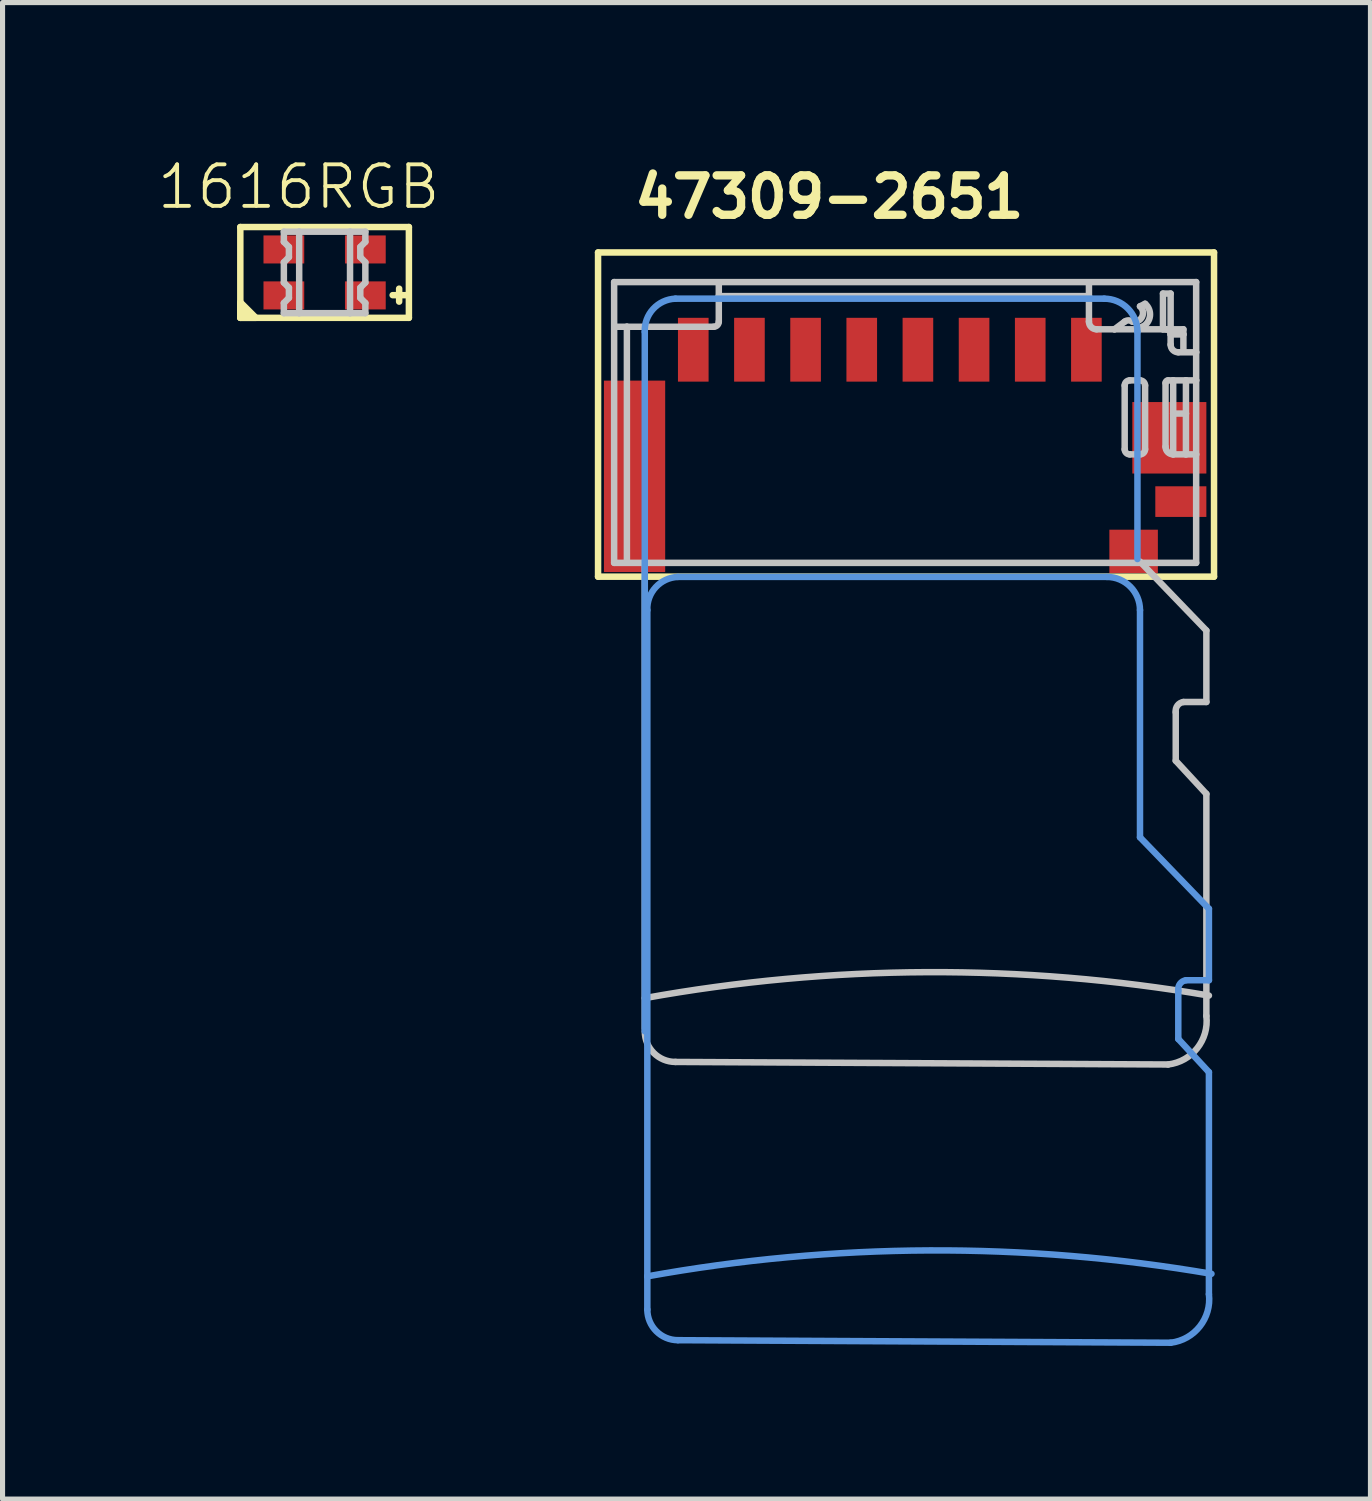
<source format=kicad_pcb>
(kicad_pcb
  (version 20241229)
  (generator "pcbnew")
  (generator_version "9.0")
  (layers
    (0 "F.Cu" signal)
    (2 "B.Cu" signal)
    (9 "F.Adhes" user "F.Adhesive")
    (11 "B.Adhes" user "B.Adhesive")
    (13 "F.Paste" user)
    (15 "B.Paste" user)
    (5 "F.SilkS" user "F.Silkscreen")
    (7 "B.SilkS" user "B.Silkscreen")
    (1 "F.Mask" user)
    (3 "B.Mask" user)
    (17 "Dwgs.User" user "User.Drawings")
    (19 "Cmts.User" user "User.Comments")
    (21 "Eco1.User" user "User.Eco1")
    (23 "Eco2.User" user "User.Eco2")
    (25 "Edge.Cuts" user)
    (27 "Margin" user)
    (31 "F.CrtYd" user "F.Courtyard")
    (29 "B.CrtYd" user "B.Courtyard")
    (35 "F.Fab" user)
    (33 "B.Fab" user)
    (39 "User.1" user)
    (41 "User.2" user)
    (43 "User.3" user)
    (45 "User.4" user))
  (footprint "1616RGB"
    (layer "F.Cu")
    (at 3.308 2.286)
    (property "Reference" "1616RGB" (at -0.508 -1.676 0) (layer "F.SilkS") (effects (font (size 0.813 0.813) (thickness 0.076))))
    (attr smd)
    (fp_line (start -1.651 0.889) (end -1.651 -0.889) (stroke (width 0.127) (type solid)) (layer "F.SilkS"))
    (fp_line (start -1.651 0.889) (end 1.651 0.889) (stroke (width 0.127) (type solid)) (layer "F.SilkS"))
    (fp_line (start 1.333 0.445) (end 1.587 0.445) (stroke (width 0.127) (type solid)) (layer "F.SilkS"))
    (fp_line (start 1.46 0.318) (end 1.46 0.572) (stroke (width 0.127) (type solid)) (layer "F.SilkS"))
    (fp_line (start 1.651 -0.889) (end -1.651 -0.889) (stroke (width 0.127) (type solid)) (layer "F.SilkS"))
    (fp_line (start 1.651 0.889) (end 1.651 -0.889) (stroke (width 0.127) (type solid)) (layer "F.SilkS"))
    (fp_poly (pts (xy -1.651 0.889) (xy -1.346 0.889) (xy -1.651 0.584) (xy -1.651 0.889)) (stroke (width 0.127) (type solid)) (fill yes) (layer "F.SilkS"))
    (fp_line (start -0.798 -0.798) (end -0.498 -0.798) (stroke (width 0.127) (type solid)) (layer "Dwgs.User"))
    (fp_line (start -0.798 -0.599) (end -0.798 -0.798) (stroke (width 0.127) (type solid)) (layer "Dwgs.User"))
    (fp_line (start -0.798 -0.198) (end -0.699 -0.3) (stroke (width 0.127) (type solid)) (layer "Dwgs.User"))
    (fp_line (start -0.798 0.198) (end -0.798 -0.198) (stroke (width 0.127) (type solid)) (layer "Dwgs.User"))
    (fp_line (start -0.798 0.599) (end -0.699 0.498) (stroke (width 0.127) (type solid)) (layer "Dwgs.User"))
    (fp_line (start -0.798 0.798) (end -0.798 0.599) (stroke (width 0.127) (type solid)) (layer "Dwgs.User"))
    (fp_line (start -0.699 -0.498) (end -0.798 -0.599) (stroke (width 0.127) (type solid)) (layer "Dwgs.User"))
    (fp_line (start -0.699 -0.3) (end -0.699 -0.498) (stroke (width 0.127) (type solid)) (layer "Dwgs.User"))
    (fp_line (start -0.699 0.3) (end -0.798 0.198) (stroke (width 0.127) (type solid)) (layer "Dwgs.User"))
    (fp_line (start -0.699 0.498) (end -0.699 0.3) (stroke (width 0.127) (type solid)) (layer "Dwgs.User"))
    (fp_line (start -0.498 -0.798) (end -0.498 0.798) (stroke (width 0.127) (type solid)) (layer "Dwgs.User"))
    (fp_line (start -0.498 -0.798) (end 0.498 -0.798) (stroke (width 0.127) (type solid)) (layer "Dwgs.User"))
    (fp_line (start -0.498 0.798) (end -0.798 0.798) (stroke (width 0.127) (type solid)) (layer "Dwgs.User"))
    (fp_line (start 0.498 -0.798) (end 0.498 0.798) (stroke (width 0.127) (type solid)) (layer "Dwgs.User"))
    (fp_line (start 0.498 -0.798) (end 0.798 -0.798) (stroke (width 0.127) (type solid)) (layer "Dwgs.User"))
    (fp_line (start 0.498 0.798) (end -0.498 0.798) (stroke (width 0.127) (type solid)) (layer "Dwgs.User"))
    (fp_line (start 0.699 -0.498) (end 0.699 -0.3) (stroke (width 0.127) (type solid)) (layer "Dwgs.User"))
    (fp_line (start 0.699 -0.3) (end 0.798 -0.198) (stroke (width 0.127) (type solid)) (layer "Dwgs.User"))
    (fp_line (start 0.699 0.3) (end 0.699 0.498) (stroke (width 0.127) (type solid)) (layer "Dwgs.User"))
    (fp_line (start 0.699 0.498) (end 0.798 0.599) (stroke (width 0.127) (type solid)) (layer "Dwgs.User"))
    (fp_line (start 0.798 -0.798) (end 0.798 -0.599) (stroke (width 0.127) (type solid)) (layer "Dwgs.User"))
    (fp_line (start 0.798 -0.599) (end 0.699 -0.498) (stroke (width 0.127) (type solid)) (layer "Dwgs.User"))
    (fp_line (start 0.798 -0.198) (end 0.798 0.198) (stroke (width 0.127) (type solid)) (layer "Dwgs.User"))
    (fp_line (start 0.798 0.198) (end 0.699 0.3) (stroke (width 0.127) (type solid)) (layer "Dwgs.User"))
    (fp_line (start 0.798 0.599) (end 0.798 0.798) (stroke (width 0.127) (type solid)) (layer "Dwgs.User"))
    (fp_line (start 0.798 0.798) (end 0.498 0.798) (stroke (width 0.127) (type solid)) (layer "Dwgs.User"))
    (pad "1" smd rect (at -0.798 0.45) (size 0.798 0.549) (layers "F.Cu" "F.Mask" "F.Paste"))
    (pad "2" smd rect (at -0.798 -0.45) (size 0.798 0.549) (layers "F.Cu" "F.Mask" "F.Paste"))
    (pad "3" smd rect (at 0.798 -0.45) (size 0.798 0.549) (layers "F.Cu" "F.Mask" "F.Paste"))
    (pad "4" smd rect (at 0.798 0.45) (size 0.798 0.549) (layers "F.Cu" "F.Mask" "F.Paste")))
  (footprint "47309-2651"
    (layer "F.Cu")
    (at 14.379 3.8)
    (property "Reference" "47309-2651" (at -5.08 -2.54 0) (layer "F.SilkS") (effects (font (size 0.772 0.772) (thickness 0.163)) (justify left bottom)))
    (attr through_hole)
    (fp_line (start -5.715 -1.905) (end 6.35 -1.905) (stroke (width 0.127) (type solid)) (layer "F.SilkS"))
    (fp_line (start -5.715 4.445) (end -5.715 -1.905) (stroke (width 0.127) (type solid)) (layer "F.SilkS"))
    (fp_line (start 6.35 -1.905) (end 6.35 4.445) (stroke (width 0.127) (type solid)) (layer "F.SilkS"))
    (fp_line (start 6.35 4.445) (end -5.715 4.445) (stroke (width 0.127) (type solid)) (layer "F.SilkS"))
    (fp_line (start -5.4 -1.325) (end 6 -1.325) (stroke (width 0.127) (type solid)) (layer "Dwgs.User"))
    (fp_line (start -5.4 4.175) (end -5.4 -1.325) (stroke (width 0.127) (type solid)) (layer "Dwgs.User"))
    (fp_line (start -5.15 -0.45) (end -5.35 -0.45) (stroke (width 0.127) (type solid)) (layer "Dwgs.User"))
    (fp_line (start -5.15 -0.45) (end -5.15 4.15) (stroke (width 0.127) (type solid)) (layer "Dwgs.User"))
    (fp_line (start -4.8 13.3) (end -4.8 4.15) (stroke (width 0.127) (type solid)) (layer "Dwgs.User"))
    (fp_line (start -4.2 13.95) (end 5.45 14) (stroke (width 0.127) (type solid)) (layer "Dwgs.User"))
    (fp_line (start -3.45 -0.45) (end -5.15 -0.45) (stroke (width 0.127) (type solid)) (layer "Dwgs.User"))
    (fp_line (start -3.35 -1.3) (end -3.35 -1.05) (stroke (width 0.127) (type solid)) (layer "Dwgs.User"))
    (fp_line (start -3.35 -1.05) (end -3.35 -0.55) (stroke (width 0.127) (type solid)) (layer "Dwgs.User"))
    (fp_line (start 3.9 -1.3) (end 3.9 -1.05) (stroke (width 0.127) (type solid)) (layer "Dwgs.User"))
    (fp_line (start 3.9 -1.05) (end -3.35 -1.05) (stroke (width 0.127) (type solid)) (layer "Dwgs.User"))
    (fp_line (start 3.9 -1.05) (end 3.9 -0.55) (stroke (width 0.127) (type solid)) (layer "Dwgs.User"))
    (fp_line (start 4.05 -0.4) (end 4.4 -0.4) (stroke (width 0.127) (type solid)) (layer "Dwgs.User"))
    (fp_line (start 4.4 -0.4) (end 4.6 -0.55) (stroke (width 0.127) (type solid)) (layer "Dwgs.User"))
    (fp_line (start 4.4 -0.4) (end 4.85 -0.4) (stroke (width 0.127) (type solid)) (layer "Dwgs.User"))
    (fp_line (start 4.6 0.7) (end 4.6 1.95) (stroke (width 0.127) (type solid)) (layer "Dwgs.User"))
    (fp_line (start 4.7 2.05) (end 4.9 2.05) (stroke (width 0.127) (type solid)) (layer "Dwgs.User"))
    (fp_line (start 4.85 -0.4) (end 4.95 -0.45) (stroke (width 0.127) (type solid)) (layer "Dwgs.User"))
    (fp_line (start 4.85 -0.4) (end 5.35 -0.4) (stroke (width 0.127) (type solid)) (layer "Dwgs.User"))
    (fp_line (start 4.9 -0.85) (end 5 -0.9) (stroke (width 0.127) (type solid)) (layer "Dwgs.User"))
    (fp_line (start 4.9 0.6) (end 4.7 0.6) (stroke (width 0.127) (type solid)) (layer "Dwgs.User"))
    (fp_line (start 5 1.95) (end 5 0.7) (stroke (width 0.127) (type solid)) (layer "Dwgs.User"))
    (fp_line (start 5.35 -1.1) (end 5.5 -1.1) (stroke (width 0.127) (type solid)) (layer "Dwgs.User"))
    (fp_line (start 5.35 -0.4) (end 5.35 -1.1) (stroke (width 0.127) (type solid)) (layer "Dwgs.User"))
    (fp_line (start 5.35 -0.4) (end 5.4 -0.4) (stroke (width 0.127) (type solid)) (layer "Dwgs.User"))
    (fp_line (start 5.4 -0.4) (end 5.75 -0.4) (stroke (width 0.127) (type solid)) (layer "Dwgs.User"))
    (fp_line (start 5.4 0.65) (end 5.4 1.9) (stroke (width 0.127) (type solid)) (layer "Dwgs.User"))
    (fp_line (start 5.5 -1.1) (end 5.5 -0.45) (stroke (width 0.127) (type solid)) (layer "Dwgs.User"))
    (fp_line (start 5.5 -0.3) (end 5.5 -0.1) (stroke (width 0.127) (type solid)) (layer "Dwgs.User"))
    (fp_line (start 5.55 0.6) (end 5.45 0.6) (stroke (width 0.127) (type solid)) (layer "Dwgs.User"))
    (fp_line (start 5.55 0.6) (end 5.55 1.25) (stroke (width 0.127) (type solid)) (layer "Dwgs.User"))
    (fp_line (start 5.55 1.25) (end 5.55 2.05) (stroke (width 0.127) (type solid)) (layer "Dwgs.User"))
    (fp_line (start 5.55 2.05) (end 5.8 2.05) (stroke (width 0.127) (type solid)) (layer "Dwgs.User"))
    (fp_line (start 5.6 8.05) (end 5.6 7.1) (stroke (width 0.127) (type solid)) (layer "Dwgs.User"))
    (fp_line (start 5.65 0.05) (end 6 0.05) (stroke (width 0.127) (type solid)) (layer "Dwgs.User"))
    (fp_line (start 5.75 -0.4) (end 5.75 -0.3) (stroke (width 0.127) (type solid)) (layer "Dwgs.User"))
    (fp_line (start 5.75 -0.3) (end 5.5 -0.3) (stroke (width 0.127) (type solid)) (layer "Dwgs.User"))
    (fp_line (start 5.75 -0.3) (end 5.75 0) (stroke (width 0.127) (type solid)) (layer "Dwgs.User"))
    (fp_line (start 5.8 0.6) (end 5.55 0.6) (stroke (width 0.127) (type solid)) (layer "Dwgs.User"))
    (fp_line (start 5.8 0.6) (end 5.8 1.25) (stroke (width 0.127) (type solid)) (layer "Dwgs.User"))
    (fp_line (start 5.8 1.25) (end 5.55 1.25) (stroke (width 0.127) (type solid)) (layer "Dwgs.User"))
    (fp_line (start 5.8 1.25) (end 5.8 2.05) (stroke (width 0.127) (type solid)) (layer "Dwgs.User"))
    (fp_line (start 5.8 2.05) (end 6 2.05) (stroke (width 0.127) (type solid)) (layer "Dwgs.User"))
    (fp_line (start 6 -1.325) (end 6 0.05) (stroke (width 0.127) (type solid)) (layer "Dwgs.User"))
    (fp_line (start 6 0.05) (end 6 0.6) (stroke (width 0.127) (type solid)) (layer "Dwgs.User"))
    (fp_line (start 6 0.6) (end 5.8 0.6) (stroke (width 0.127) (type solid)) (layer "Dwgs.User"))
    (fp_line (start 6 0.6) (end 6 2.05) (stroke (width 0.127) (type solid)) (layer "Dwgs.User"))
    (fp_line (start 6 2.05) (end 6 4.175) (stroke (width 0.127) (type solid)) (layer "Dwgs.User"))
    (fp_line (start 6 4.175) (end -5.4 4.175) (stroke (width 0.127) (type solid)) (layer "Dwgs.User"))
    (fp_line (start 6.2 5.5) (end 4.9 4.15) (stroke (width 0.127) (type solid)) (layer "Dwgs.User"))
    (fp_line (start 6.2 6.9) (end 5.75 6.9) (stroke (width 0.127) (type solid)) (layer "Dwgs.User"))
    (fp_line (start 6.2 6.9) (end 6.2 5.5) (stroke (width 0.127) (type solid)) (layer "Dwgs.User"))
    (fp_line (start 6.2 8.7) (end 5.6 8.05) (stroke (width 0.127) (type solid)) (layer "Dwgs.User"))
    (fp_line (start 6.2 13.05) (end 6.2 8.7) (stroke (width 0.127) (type solid)) (layer "Dwgs.User"))
    (fp_arc (start -4.8 12.7) (mid 0.722813 12.191625) (end 6.25 12.65) (stroke (width 0.127) (type solid)) (layer "Dwgs.User"))
    (fp_arc (start -4.2 13.95) (mid -4.624264 13.774264) (end -4.8 13.35) (stroke (width 0.127) (type solid)) (layer "Dwgs.User"))
    (fp_arc (start -3.35 -0.55) (mid -3.379289 -0.479289) (end -3.45 -0.45) (stroke (width 0.127) (type solid)) (layer "Dwgs.User"))
    (fp_arc (start 4.05 -0.4) (mid 3.943934 -0.443934) (end 3.9 -0.55) (stroke (width 0.127) (type solid)) (layer "Dwgs.User"))
    (fp_arc (start 4.6 -0.55) (mid 4.675001 -0.575) (end 4.750001 -0.549999) (stroke (width 0.127) (type solid)) (layer "Dwgs.User"))
    (fp_arc (start 4.6 0.7) (mid 4.629289 0.629289) (end 4.7 0.6) (stroke (width 0.127) (type solid)) (layer "Dwgs.User"))
    (fp_arc (start 4.7 2.05) (mid 4.629289 2.020711) (end 4.6 1.95) (stroke (width 0.127) (type solid)) (layer "Dwgs.User"))
    (fp_arc (start 4.899999 -0.85) (mid 4.940099 -0.642451) (end 4.75 -0.55) (stroke (width 0.127) (type solid)) (layer "Dwgs.User"))
    (fp_arc (start 4.9 0.6) (mid 4.970711 0.629289) (end 5 0.7) (stroke (width 0.127) (type solid)) (layer "Dwgs.User"))
    (fp_arc (start 4.999998 -0.9) (mid 5.095415 -0.661621) (end 4.95 -0.45) (stroke (width 0.127) (type solid)) (layer "Dwgs.User"))
    (fp_arc (start 5 1.95) (mid 4.970711 2.020711) (end 4.9 2.05) (stroke (width 0.127) (type solid)) (layer "Dwgs.User"))
    (fp_arc (start 5.4 -0.4) (mid 5.470711 -0.370711) (end 5.5 -0.3) (stroke (width 0.127) (type solid)) (layer "Dwgs.User"))
    (fp_arc (start 5.4 0.65) (mid 5.414645 0.614645) (end 5.45 0.6) (stroke (width 0.127) (type solid)) (layer "Dwgs.User"))
    (fp_arc (start 5.55 2.05) (mid 5.443934 2.006066) (end 5.4 1.9) (stroke (width 0.127) (type solid)) (layer "Dwgs.User"))
    (fp_arc (start 5.6 7.1) (mid 5.633579 6.968934) (end 5.75 6.9) (stroke (width 0.127) (type solid)) (layer "Dwgs.User"))
    (fp_arc (start 5.65 0.05) (mid 5.543934 0.006066) (end 5.5 -0.1) (stroke (width 0.127) (type solid)) (layer "Dwgs.User"))
    (fp_arc (start 6.2 13.05) (mid 6.021751 13.68033) (end 5.45 14) (stroke (width 0.127) (type solid)) (layer "Dwgs.User"))
    (fp_line (start -4.8 -0.35) (end -4.8 13.35) (stroke (width 0.127) (type solid)) (layer "Cmts.User"))
    (fp_line (start -4.75 5.1) (end -4.75 18.15) (stroke (width 0.127) (type solid)) (layer "Cmts.User"))
    (fp_line (start -4.75 18.15) (end -4.75 18.8) (stroke (width 0.127) (type solid)) (layer "Cmts.User"))
    (fp_line (start -4.15 19.4) (end 5.5 19.45) (stroke (width 0.127) (type solid)) (layer "Cmts.User"))
    (fp_line (start 4.2 -1) (end -4.2 -1) (stroke (width 0.127) (type solid)) (layer "Cmts.User"))
    (fp_line (start 4.25 4.45) (end -4.15 4.45) (stroke (width 0.127) (type solid)) (layer "Cmts.User"))
    (fp_line (start 4.85 4.1) (end 4.85 -0.35) (stroke (width 0.127) (type solid)) (layer "Cmts.User"))
    (fp_line (start 4.9 9.55) (end 4.9 5.1) (stroke (width 0.127) (type solid)) (layer "Cmts.User"))
    (fp_line (start 5.65 13.5) (end 5.65 12.55) (stroke (width 0.127) (type solid)) (layer "Cmts.User"))
    (fp_line (start 6.25 10.95) (end 4.9 9.55) (stroke (width 0.127) (type solid)) (layer "Cmts.User"))
    (fp_line (start 6.25 12.35) (end 5.8 12.35) (stroke (width 0.127) (type solid)) (layer "Cmts.User"))
    (fp_line (start 6.25 12.35) (end 6.25 10.95) (stroke (width 0.127) (type solid)) (layer "Cmts.User"))
    (fp_line (start 6.25 14.15) (end 5.65 13.5) (stroke (width 0.127) (type solid)) (layer "Cmts.User"))
    (fp_line (start 6.25 18.5) (end 6.25 14.15) (stroke (width 0.127) (type solid)) (layer "Cmts.User"))
    (fp_arc (start -4.800001 -0.349999) (mid -4.63462 -0.799264) (end -4.2 -1) (stroke (width 0.127) (type solid)) (layer "Cmts.User"))
    (fp_arc (start -4.75 5.1) (mid -4.584619 4.650736) (end -4.15 4.45) (stroke (width 0.127) (type solid)) (layer "Cmts.User"))
    (fp_arc (start -4.75 18.15) (mid 0.772813 17.641625) (end 6.3 18.1) (stroke (width 0.127) (type solid)) (layer "Cmts.User"))
    (fp_arc (start -4.15 19.4) (mid -4.574264 19.224264) (end -4.75 18.8) (stroke (width 0.127) (type solid)) (layer "Cmts.User"))
    (fp_arc (start 4.199999 -0.999999) (mid 4.659619 -0.809619) (end 4.85 -0.35) (stroke (width 0.127) (type solid)) (layer "Cmts.User"))
    (fp_arc (start 4.25 4.45) (mid 4.709619 4.640381) (end 4.9 5.1) (stroke (width 0.127) (type solid)) (layer "Cmts.User"))
    (fp_arc (start 5.65 12.55) (mid 5.683579 12.418934) (end 5.8 12.35) (stroke (width 0.127) (type solid)) (layer "Cmts.User"))
    (fp_arc (start 6.25 18.5) (mid 6.071751 19.13033) (end 5.5 19.45) (stroke (width 0.127) (type solid)) (layer "Cmts.User"))
    (pad "G1" smd rect (at -5 2.48 90) (size 3.75 1.2) (layers "F.Cu" "F.Mask" "F.Paste"))
    (pad "G2" smd rect (at 5.475 1.725 180) (size 1.45 1.4) (layers "F.Cu" "F.Mask" "F.Paste"))
    (pad "G3" smd rect (at 5.7 2.975 180) (size 1 0.6) (layers "F.Cu" "F.Mask" "F.Paste"))
    (pad "G4" smd rect (at 4.775 3.95) (size 0.95 0.85) (layers "F.Cu" "F.Mask" "F.Paste"))
    (pad "P1" smd rect (at 3.85 0 90) (size 1.25 0.6) (layers "F.Cu" "F.Mask" "F.Paste"))
    (pad "P2" smd rect (at 2.75 0 90) (size 1.25 0.6) (layers "F.Cu" "F.Mask" "F.Paste"))
    (pad "P3" smd rect (at 1.65 0 90) (size 1.25 0.6) (layers "F.Cu" "F.Mask" "F.Paste"))
    (pad "P4" smd rect (at 0.55 0 90) (size 1.25 0.6) (layers "F.Cu" "F.Mask" "F.Paste"))
    (pad "P5" smd rect (at -0.55 0 90) (size 1.25 0.6) (layers "F.Cu" "F.Mask" "F.Paste"))
    (pad "P6" smd rect (at -1.65 0 90) (size 1.25 0.6) (layers "F.Cu" "F.Mask" "F.Paste"))
    (pad "P7" smd rect (at -2.75 0 90) (size 1.25 0.6) (layers "F.Cu" "F.Mask" "F.Paste"))
    (pad "P8" smd rect (at -3.85 0 90) (size 1.25 0.6) (layers "F.Cu" "F.Mask" "F.Paste")))
  (gr_rect
    (start -3 -3)
    (end 23.793 26.313)
    (stroke (width 0.1) (type default))
    (fill no)
    (layer "Edge.Cuts")))
</source>
